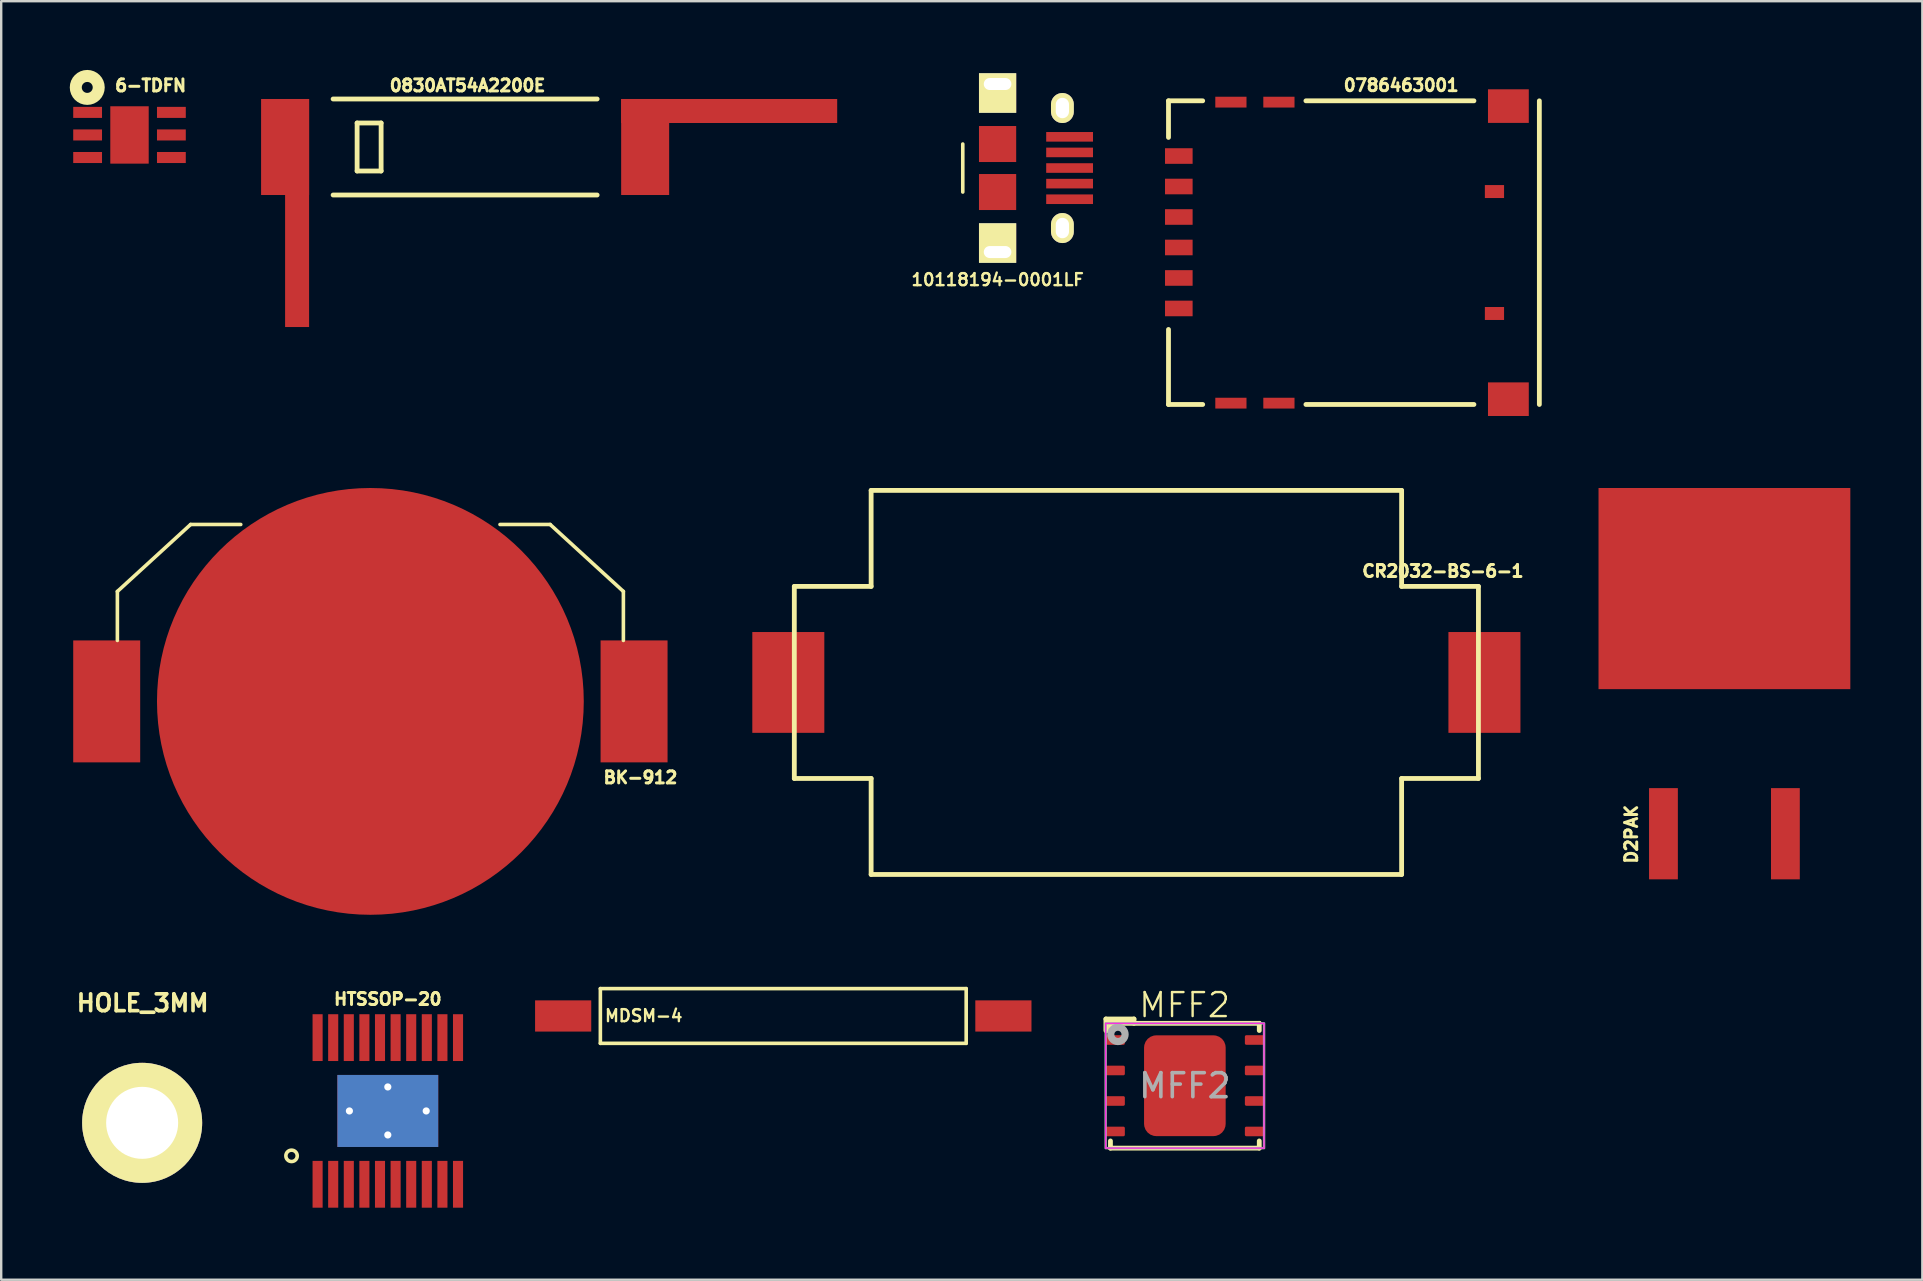
<source format=kicad_pcb>
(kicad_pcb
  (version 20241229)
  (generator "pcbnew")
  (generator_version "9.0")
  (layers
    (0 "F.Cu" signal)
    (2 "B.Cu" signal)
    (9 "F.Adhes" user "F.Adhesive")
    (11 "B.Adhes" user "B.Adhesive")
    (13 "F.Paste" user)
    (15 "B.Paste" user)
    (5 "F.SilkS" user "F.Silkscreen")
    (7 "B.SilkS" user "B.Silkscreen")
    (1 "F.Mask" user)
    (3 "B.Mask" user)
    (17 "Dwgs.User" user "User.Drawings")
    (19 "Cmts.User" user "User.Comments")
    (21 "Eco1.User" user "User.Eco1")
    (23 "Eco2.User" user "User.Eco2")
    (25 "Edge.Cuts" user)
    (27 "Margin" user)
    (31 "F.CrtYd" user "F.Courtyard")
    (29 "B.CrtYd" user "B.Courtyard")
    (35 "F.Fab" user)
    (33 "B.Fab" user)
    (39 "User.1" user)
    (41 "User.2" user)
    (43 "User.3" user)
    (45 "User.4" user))
  (footprint "HTSSOP-20"
    (layer "F.Cu")
    (at 13.106 43.232)
    (property "Reference" "HTSSOP-20" (at 0 -4.66 0) (layer "F.SilkS") (effects (font (size 0.5 0.5) (thickness 0.125))))
    (attr through_hole)
    (fp_circle (center -4.01 1.87) (end -3.9 2.08) (stroke (width 0.15) (type solid)) (fill no) (layer "F.SilkS"))
    (pad "1" smd rect (at -2.925 3.055) (size 0.42 1.95) (layers "F.Cu" "F.Mask" "F.Paste"))
    (pad "2" smd rect (at -2.275 3.055) (size 0.42 1.95) (layers "F.Cu" "F.Mask" "F.Paste"))
    (pad "3" smd rect (at -1.625 3.055) (size 0.42 1.95) (layers "F.Cu" "F.Mask" "F.Paste"))
    (pad "4" smd rect (at -0.975 3.055) (size 0.42 1.95) (layers "F.Cu" "F.Mask" "F.Paste"))
    (pad "5" smd rect (at -0.325 3.055) (size 0.42 1.95) (layers "F.Cu" "F.Mask" "F.Paste"))
    (pad "6" smd rect (at 0.325 3.055) (size 0.42 1.95) (layers "F.Cu" "F.Mask" "F.Paste"))
    (pad "7" smd rect (at 0.975 3.055) (size 0.42 1.95) (layers "F.Cu" "F.Mask" "F.Paste"))
    (pad "8" smd rect (at 1.625 3.055) (size 0.42 1.95) (layers "F.Cu" "F.Mask" "F.Paste"))
    (pad "9" smd rect (at 2.275 3.055) (size 0.42 1.95) (layers "F.Cu" "F.Mask" "F.Paste"))
    (pad "10" smd rect (at 2.925 3.055) (size 0.42 1.95) (layers "F.Cu" "F.Mask" "F.Paste"))
    (pad "11" smd rect (at 2.925 -3.055) (size 0.42 1.95) (layers "F.Cu" "F.Mask" "F.Paste"))
    (pad "12" smd rect (at 2.275 -3.055) (size 0.42 1.95) (layers "F.Cu" "F.Mask" "F.Paste"))
    (pad "13" smd rect (at 1.625 -3.055) (size 0.42 1.95) (layers "F.Cu" "F.Mask" "F.Paste"))
    (pad "14" smd rect (at 0.975 -3.055) (size 0.42 1.95) (layers "F.Cu" "F.Mask" "F.Paste"))
    (pad "15" smd rect (at 0.325 -3.055) (size 0.42 1.95) (layers "F.Cu" "F.Mask" "F.Paste"))
    (pad "16" smd rect (at -0.325 -3.055) (size 0.42 1.95) (layers "F.Cu" "F.Mask" "F.Paste"))
    (pad "17" smd rect (at -0.975 -3.055) (size 0.42 1.95) (layers "F.Cu" "F.Mask" "F.Paste"))
    (pad "18" smd rect (at -1.625 -3.055) (size 0.42 1.95) (layers "F.Cu" "F.Mask" "F.Paste"))
    (pad "19" smd rect (at -2.275 -3.055) (size 0.42 1.95) (layers "F.Cu" "F.Mask" "F.Paste"))
    (pad "20" smd rect (at -2.925 -3.055) (size 0.42 1.95) (layers "F.Cu" "F.Mask" "F.Paste"))
    (pad "21" thru_hole circle (at -1.6 0) (size 0.5 0.5) (drill 0.3) (layers "*.Cu"))
    (pad "21" smd rect (at -1.5 -0.9) (size 0.8 0.8) (layers "F.Cu" "F.Mask"))
    (pad "21" smd rect (at -1.5 0.9) (size 0.8 0.8) (layers "F.Cu" "F.Mask"))
    (pad "21" thru_hole circle (at 0 -1) (size 0.5 0.5) (drill 0.3) (layers "*.Cu"))
    (pad "21" smd rect (at 0 0) (size 0.8 0.8) (layers "F.Cu" "F.Mask"))
    (pad "21" smd rect (at 0 0) (size 4.2 3) (layers "F.Cu"))
    (pad "21" smd rect (at 0 0) (size 4.2 3) (layers "B.Cu"))
    (pad "21" thru_hole circle (at 0 1) (size 0.5 0.5) (drill 0.3) (layers "*.Cu"))
    (pad "21" smd rect (at 1.5 -0.9) (size 0.8 0.8) (layers "F.Cu" "F.Mask"))
    (pad "21" smd rect (at 1.5 0.9) (size 0.8 0.8) (layers "F.Cu" "F.Mask"))
    (pad "21" thru_hole circle (at 1.6 0) (size 0.5 0.5) (drill 0.3) (layers "*.Cu")))
  (footprint "HOLE_3MM"
    (layer "F.Cu")
    (at 2.872 43.727)
    (property "Reference" "HOLE_3MM" (at 0.02 -4.99 0) (layer "F.SilkS") (effects (font (size 0.7 0.7) (thickness 0.152))))
    (attr through_hole)
    (pad "1" thru_hole circle (at 0 0) (size 5 5) (drill 3) (layers "*.Mask" "F.Cu" "F.SilkS")))
  (footprint "CR2032-BS-6-1"
    (layer "F.Cu")
    (at 44.291 25.38)
    (property "Reference" "CR2032-BS-6-1" (at 12.77 -4.638 0) (layer "F.SilkS") (effects (font (size 0.5 0.5) (thickness 0.125))))
    (attr through_hole)
    (fp_line (start -14.25 -4) (end -14.25 4) (stroke (width 0.2) (type solid)) (layer "F.SilkS"))
    (fp_line (start -14.25 4) (end -11.05 4) (stroke (width 0.2) (type solid)) (layer "F.SilkS"))
    (fp_line (start -11.05 -8) (end 11.05 -8) (stroke (width 0.2) (type solid)) (layer "F.SilkS"))
    (fp_line (start -11.05 -4) (end -14.25 -4) (stroke (width 0.2) (type solid)) (layer "F.SilkS"))
    (fp_line (start -11.05 -4) (end -11.05 -8) (stroke (width 0.2) (type solid)) (layer "F.SilkS"))
    (fp_line (start -11.05 8) (end -11.05 4) (stroke (width 0.2) (type solid)) (layer "F.SilkS"))
    (fp_line (start -11.05 8) (end 11.05 8) (stroke (width 0.2) (type solid)) (layer "F.SilkS"))
    (fp_line (start 11.05 -4) (end 11.05 -8) (stroke (width 0.2) (type solid)) (layer "F.SilkS"))
    (fp_line (start 11.05 4) (end 14.25 4) (stroke (width 0.2) (type solid)) (layer "F.SilkS"))
    (fp_line (start 11.05 8) (end 11.05 4) (stroke (width 0.2) (type solid)) (layer "F.SilkS"))
    (fp_line (start 14.25 -4) (end 11.05 -4) (stroke (width 0.2) (type solid)) (layer "F.SilkS"))
    (fp_line (start 14.25 -4) (end 14.25 4) (stroke (width 0.2) (type solid)) (layer "F.SilkS"))
    (pad "1" smd rect (at 14.5 0) (size 3 4.2) (layers "F.Cu" "F.Mask" "F.Paste"))
    (pad "2" smd rect (at -14.5 0) (size 3 4.2) (layers "F.Cu" "F.Mask" "F.Paste")))
  (footprint "MFF2"
    (layer "F.Cu")
    (at 46.311 42.181)
    (property "Reference" "MFF2" (at -0.01 -3.36 0) (unlocked yes) (layer "F.SilkS") (effects (font (size 1 1) (thickness 0.1))))
    (attr smd)
    (fp_line (start -3.3 -2.25) (end -3.09 -2.25) (stroke (width 0.1) (type default)) (layer "F.SilkS"))
    (fp_line (start -3.29 -2.3) (end -3.29 -2.78) (stroke (width 0.2) (type solid)) (layer "F.SilkS"))
    (fp_line (start -3.1 -2.6) (end 3.1 -2.6) (stroke (width 0.2) (type solid)) (layer "F.SilkS"))
    (fp_line (start -3.1 -2.3) (end -3.1 -2.6) (stroke (width 0.2) (type solid)) (layer "F.SilkS"))
    (fp_line (start -3.1 2.6) (end -3.1 2.3) (stroke (width 0.2) (type solid)) (layer "F.SilkS"))
    (fp_line (start -3.1 2.6) (end 3.1 2.6) (stroke (width 0.2) (type solid)) (layer "F.SilkS"))
    (fp_line (start -2.995 -2.66) (end -3.265 -2.66) (stroke (width 0.2) (type solid)) (layer "F.SilkS"))
    (fp_line (start -2.12 -2.78) (end -3.29 -2.78) (stroke (width 0.2) (type solid)) (layer "F.SilkS"))
    (fp_line (start -2.12 -2.6) (end -2.12 -2.78) (stroke (width 0.2) (type solid)) (layer "F.SilkS"))
    (fp_line (start 3.1 -2.3) (end 3.1 -2.6) (stroke (width 0.2) (type solid)) (layer "F.SilkS"))
    (fp_line (start 3.1 2.6) (end 3.1 2.3) (stroke (width 0.2) (type solid)) (layer "F.SilkS"))
    (fp_rect (start -3.3 -2.6) (end 3.3 2.6) (stroke (width 0.05) (type solid)) (fill no) (layer "F.CrtYd"))
    (fp_rect (start -3.3 -2.6) (end 3.3 2.6) (stroke (width 0.1) (type solid)) (fill no) (layer "F.Fab"))
    (fp_circle (center -2.789 -2.14) (end -2.679 -2.04) (stroke (width 0.3) (type solid)) (fill no) (layer "F.Fab"))
    (fp_text user "${REFERENCE}" (at 0 0 0) (unlocked yes) (layer "F.Fab") (effects (font (size 1 1) (thickness 0.15))))
    (pad "" smd roundrect (at 0 0) (size 3.4 4.2) (layers "F.Cu" "F.Mask" "F.Paste") (roundrect_rratio 0.15))
    (pad "1" smd roundrect (at -2.9 -1.905) (size 0.8 0.4) (layers "F.Cu" "F.Mask" "F.Paste") (roundrect_rratio 0.15))
    (pad "2" smd roundrect (at -2.9 -0.635) (size 0.8 0.4) (layers "F.Cu" "F.Mask" "F.Paste") (roundrect_rratio 0.15))
    (pad "3" smd roundrect (at -2.9 0.635) (size 0.8 0.4) (layers "F.Cu" "F.Mask" "F.Paste") (roundrect_rratio 0.15))
    (pad "4" smd roundrect (at -2.9 1.905) (size 0.8 0.4) (layers "F.Cu" "F.Mask" "F.Paste") (roundrect_rratio 0.15))
    (pad "5" smd roundrect (at 2.9 1.905) (size 0.8 0.4) (layers "F.Cu" "F.Mask" "F.Paste") (roundrect_rratio 0.15))
    (pad "6" smd roundrect (at 2.9 0.635) (size 0.8 0.4) (layers "F.Cu" "F.Mask" "F.Paste") (roundrect_rratio 0.15))
    (pad "7" smd roundrect (at 2.9 -0.635) (size 0.8 0.4) (layers "F.Cu" "F.Mask" "F.Paste") (roundrect_rratio 0.15))
    (pad "8" smd roundrect (at 2.9 -1.905) (size 0.8 0.4) (layers "F.Cu" "F.Mask" "F.Paste") (roundrect_rratio 0.15)))
  (footprint "0830AT54A2200E"
    (layer "F.Cu")
    (at 8.827 3.074)
    (property "Reference" "0830AT54A2200E" (at 7.6 -2.562 0) (layer "F.SilkS") (effects (font (size 0.5 0.5) (thickness 0.125))))
    (attr smd)
    (fp_line (start 2 -2) (end 13 -2) (stroke (width 0.2) (type solid)) (layer "F.SilkS"))
    (fp_line (start 2 2) (end 13 2) (stroke (width 0.2) (type solid)) (layer "F.SilkS"))
    (fp_line (start 3 -1) (end 4 -1) (stroke (width 0.2) (type solid)) (layer "F.SilkS"))
    (fp_line (start 3 1) (end 3 -1) (stroke (width 0.2) (type solid)) (layer "F.SilkS"))
    (fp_line (start 4 -1) (end 4 1) (stroke (width 0.2) (type solid)) (layer "F.SilkS"))
    (fp_line (start 4 1) (end 3 1) (stroke (width 0.2) (type solid)) (layer "F.SilkS"))
    (pad "1" smd rect (at 0 0) (size 2 4) (layers "F.Cu" "F.Mask" "F.Paste"))
    (pad "1" smd custom (at 0.5 7.15) (size 0.322 0.322) (layers "F.Cu") (options (anchor circle)) (primitives (gr_poly (pts (xy 0.5 0.35) (xy -0.5 0.35) (xy -0.5 -9.15) (xy 0.5 -9.15)) (width 0) (fill yes))))
    (pad "2" smd rect (at 15 0) (size 2 4) (layers "F.Cu" "F.Mask" "F.Paste"))
    (pad "2" smd custom (at 15.5 -1.5) (size 0.322 0.322) (layers "F.Cu") (options (anchor circle)) (primitives (gr_poly (pts (xy 7.5 0.5) (xy -1.5 0.5) (xy -1.5 -0.5) (xy -1.5 0.5) (xy -1.5 -0.5) (xy 7.5 -0.5)) (width 0) (fill yes)))))
  (footprint "6-TDFN"
    (layer "F.Cu")
    (at 2.345 2.572)
    (property "Reference" "6-TDFN" (at 0.88 -2.06 0) (layer "F.SilkS") (effects (font (size 0.5 0.5) (thickness 0.125))))
    (attr through_hole)
    (fp_circle (center -1.76 -1.98) (end -1.65 -1.78) (stroke (width 0.5) (type solid)) (fill no) (layer "F.SilkS"))
    (pad "1" smd rect (at -1.745 -0.94) (size 1.2 0.46) (layers "F.Cu" "F.Mask" "F.Paste"))
    (pad "2" smd rect (at -1.745 0) (size 1.2 0.46) (layers "F.Cu" "F.Mask" "F.Paste"))
    (pad "3" smd rect (at -1.745 0.94) (size 1.2 0.46) (layers "F.Cu" "F.Mask" "F.Paste"))
    (pad "4" smd rect (at 1.745 0.94) (size 1.2 0.46) (layers "F.Cu" "F.Mask" "F.Paste"))
    (pad "5" smd rect (at 1.745 0) (size 1.2 0.46) (layers "F.Cu" "F.Mask" "F.Paste"))
    (pad "6" smd rect (at 1.745 -0.94) (size 1.2 0.46) (layers "F.Cu" "F.Mask" "F.Paste"))
    (pad "7" smd rect (at 0 0) (size 1.6 2.39) (layers "F.Cu" "F.Mask" "F.Paste")))
  (footprint "BK-912"
    (layer "F.Cu")
    (at 12.38 26.17)
    (property "Reference" "BK-912" (at 11.25 3.17 180) (layer "F.SilkS") (effects (font (size 0.5 0.5) (thickness 0.125))))
    (attr through_hole)
    (fp_line (start -10.54 -4.58) (end -10.54 -2.54) (stroke (width 0.15) (type solid)) (layer "F.SilkS"))
    (fp_line (start -7.49 -7.37) (end -10.54 -4.58) (stroke (width 0.15) (type solid)) (layer "F.SilkS"))
    (fp_line (start -5.4 -7.37) (end -7.49 -7.37) (stroke (width 0.15) (type solid)) (layer "F.SilkS"))
    (fp_line (start 5.4 -7.37) (end 7.49 -7.37) (stroke (width 0.15) (type solid)) (layer "F.SilkS"))
    (fp_line (start 10.54 -4.58) (end 7.49 -7.37) (stroke (width 0.15) (type solid)) (layer "F.SilkS"))
    (fp_line (start 10.54 -2.54) (end 10.54 -4.58) (stroke (width 0.15) (type solid)) (layer "F.SilkS"))
    (pad "" smd rect (at 10.985 0) (size 2.79 5.08) (layers "F.Cu" "F.Mask" "F.Paste"))
    (pad "1" smd rect (at -10.985 0) (size 2.79 5.08) (layers "F.Cu" "F.Mask" "F.Paste"))
    (pad "2" smd circle (at 0 0) (size 17.78 17.78) (layers "F.Cu" "F.Mask")))
  (footprint "0786463001"
    (layer "F.Cu")
    (at 53.354 7.475)
    (property "Reference" "0786463001" (at 1.97 -6.972 0) (layer "F.SilkS") (effects (font (size 0.5 0.5) (thickness 0.12))))
    (attr through_hole)
    (fp_line (start -7.725 -6.325) (end -6.3 -6.325) (stroke (width 0.2) (type solid)) (layer "F.SilkS"))
    (fp_line (start -7.725 -4.8) (end -7.725 -6.325) (stroke (width 0.2) (type solid)) (layer "F.SilkS"))
    (fp_line (start -7.725 6.325) (end -7.725 3.2) (stroke (width 0.2) (type solid)) (layer "F.SilkS"))
    (fp_line (start -7.725 6.325) (end -6.3 6.325) (stroke (width 0.2) (type solid)) (layer "F.SilkS"))
    (fp_line (start -2 -6.325) (end 5 -6.325) (stroke (width 0.2) (type solid)) (layer "F.SilkS"))
    (fp_line (start -2 6.325) (end 5 6.325) (stroke (width 0.2) (type solid)) (layer "F.SilkS"))
    (fp_line (start 7.725 6.325) (end 7.725 -6.325) (stroke (width 0.2) (type solid)) (layer "F.SilkS"))
    (pad "1" smd rect (at -7.295 -2.755) (size 1.15 0.65) (layers "F.Cu" "F.Mask" "F.Paste"))
    (pad "1" smd rect (at 5.855 -2.545) (size 0.8 0.54) (layers "F.Cu" "F.Mask" "F.Paste"))
    (pad "1" smd rect (at 5.855 2.535) (size 0.8 0.54) (layers "F.Cu" "F.Mask" "F.Paste"))
    (pad "2" smd rect (at -7.295 -0.215) (size 1.15 0.65) (layers "F.Cu" "F.Mask" "F.Paste"))
    (pad "3" smd rect (at -7.295 2.325) (size 1.15 0.65) (layers "F.Cu" "F.Mask" "F.Paste"))
    (pad "5" smd rect (at -7.295 -4.025) (size 1.15 0.65) (layers "F.Cu" "F.Mask" "F.Paste"))
    (pad "5" smd rect (at -5.125 -6.27) (size 1.3 0.45) (layers "F.Cu" "F.Mask" "F.Paste"))
    (pad "5" smd rect (at -5.125 6.27) (size 1.3 0.45) (layers "F.Cu" "F.Mask" "F.Paste"))
    (pad "5" smd rect (at -3.125 -6.27) (size 1.3 0.45) (layers "F.Cu" "F.Mask" "F.Paste"))
    (pad "5" smd rect (at -3.125 6.27) (size 1.3 0.45) (layers "F.Cu" "F.Mask" "F.Paste"))
    (pad "5" smd rect (at 6.435 -6.105) (size 1.7 1.4) (layers "F.Cu" "F.Mask" "F.Paste"))
    (pad "5" smd rect (at 6.435 6.105) (size 1.7 1.4) (layers "F.Cu" "F.Mask" "F.Paste"))
    (pad "6" smd rect (at -7.295 -1.485) (size 1.15 0.65) (layers "F.Cu" "F.Mask" "F.Paste"))
    (pad "7" smd rect (at -7.295 1.055) (size 1.15 0.65) (layers "F.Cu" "F.Mask" "F.Paste")))
  (footprint "D2PAK"
    (layer "F.Cu")
    (at 68.789 21.47)
    (property "Reference" "D2PAK" (at -3.879 10.234 90) (layer "F.SilkS") (effects (font (size 0.5 0.5) (thickness 0.125))))
    (attr through_hole)
    (pad "1" smd rect (at -2.54 10.213) (size 1.2 3.8) (layers "F.Cu" "F.Mask" "F.Paste"))
    (pad "2" smd rect (at 0 0) (size 10.49 8.38) (layers "F.Cu" "F.Mask" "F.Paste"))
    (pad "3" smd rect (at 2.54 10.213) (size 1.2 3.8) (layers "F.Cu" "F.Mask" "F.Paste")))
  (footprint "10118194-0001LF"
    (layer "F.Cu")
    (at 38.509 3.95)
    (property "Reference" "10118194-0001LF" (at 0.001 4.652 0) (layer "F.SilkS") (effects (font (size 0.5 0.5) (thickness 0.1))))
    (attr through_hole)
    (fp_line (start -1.45 1) (end -1.45 -1) (stroke (width 0.15) (type solid)) (layer "F.SilkS"))
    (pad "1" smd rect (at 3 -1.3) (size 1.95 0.4) (layers "F.Cu" "F.Mask" "F.Paste"))
    (pad "2" smd rect (at 3 -0.65) (size 1.95 0.4) (layers "F.Cu" "F.Mask" "F.Paste"))
    (pad "3" smd rect (at 3 0) (size 1.95 0.4) (layers "F.Cu" "F.Mask" "F.Paste"))
    (pad "4" smd rect (at 3 0.65) (size 1.95 0.4) (layers "F.Cu" "F.Mask" "F.Paste"))
    (pad "5" smd rect (at 3 1.3) (size 1.95 0.4) (layers "F.Cu" "F.Mask" "F.Paste"))
    (pad "6" thru_hole rect (at 0 -3.5) (size 1.55 1.65) (drill oval 1.15 0.5 (offset 0 0.375)) (layers "*.Cu" "*.Mask" "F.SilkS"))
    (pad "6" smd rect (at 0 -1) (size 1.55 1.5) (layers "F.Cu" "F.Mask" "F.Paste"))
    (pad "6" smd rect (at 0 1) (size 1.55 1.5) (layers "F.Cu" "F.Mask" "F.Paste"))
    (pad "6" thru_hole rect (at 0 3.5 180) (size 1.55 1.65) (drill oval 1.15 0.5 (offset 0 0.375)) (layers "*.Cu" "*.Mask" "F.SilkS"))
    (pad "6" thru_hole oval (at 2.7 -2.5) (size 0.95 1.25) (drill oval 0.55 0.85) (layers "*.Cu" "*.Mask" "F.SilkS"))
    (pad "6" thru_hole oval (at 2.7 2.5) (size 0.95 1.25) (drill oval 0.55 0.85) (layers "*.Cu" "*.Mask" "F.SilkS")))
  (footprint "MDSM-4"
    (layer "F.Cu")
    (at 29.581 39.275)
    (property "Reference" "MDSM-4" (at -5.814 -0.01 0) (layer "F.SilkS") (effects (font (size 0.5 0.5) (thickness 0.1))))
    (attr through_hole)
    (fp_line (start -7.62 -1.14) (end -7.62 1.14) (stroke (width 0.15) (type solid)) (layer "F.SilkS"))
    (fp_line (start -7.62 1.14) (end 7.62 1.14) (stroke (width 0.15) (type solid)) (layer "F.SilkS"))
    (fp_line (start 7.62 -1.14) (end -7.62 -1.14) (stroke (width 0.15) (type solid)) (layer "F.SilkS"))
    (fp_line (start 7.62 1.14) (end 7.62 -1.14) (stroke (width 0.15) (type solid)) (layer "F.SilkS"))
    (pad "1" smd rect (at -9.17 0) (size 2.34 1.3) (layers "F.Cu" "F.Mask" "F.Paste"))
    (pad "2" smd rect (at 9.17 0) (size 2.34 1.3) (layers "F.Cu" "F.Mask" "F.Paste")))
  (gr_rect
    (start -3 -3)
    (end 77.034 50.262)
    (stroke (width 0.1) (type default))
    (fill no)
    (layer "Edge.Cuts")))
</source>
